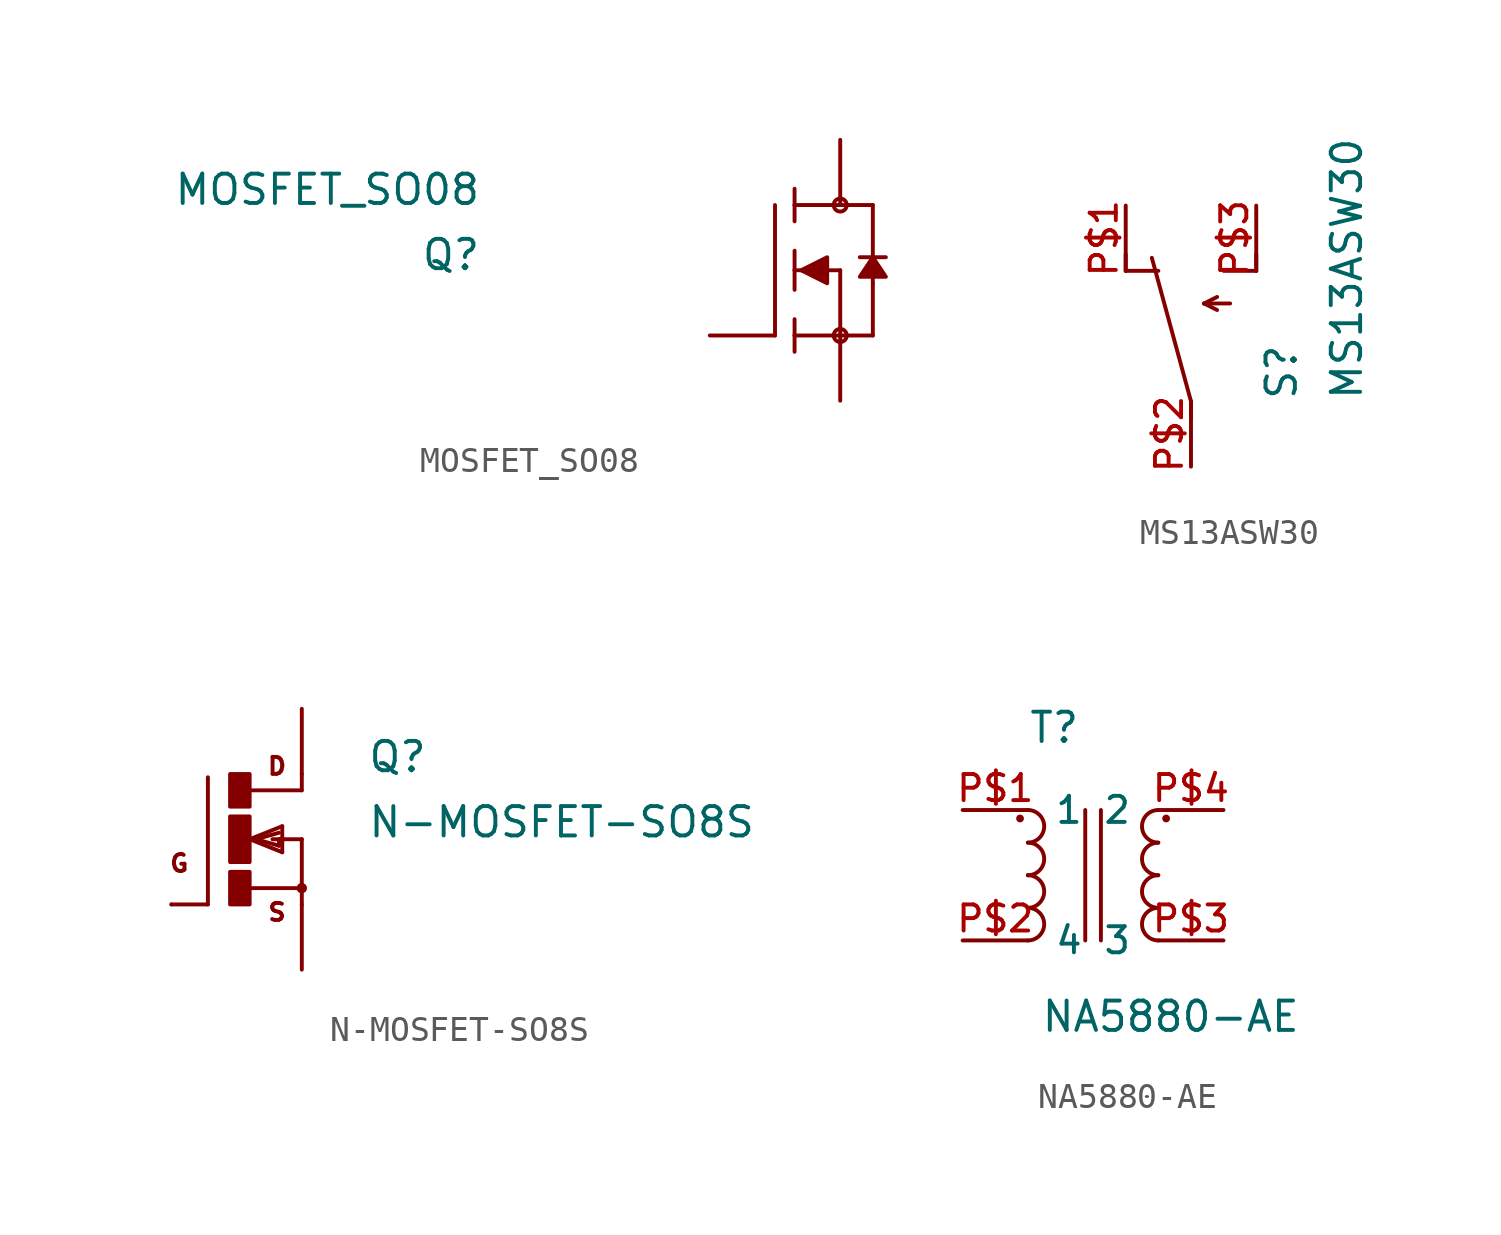
<source format=kicad_sym>
(kicad_symbol_lib
  (version 20241209)
  (generator "kicad_symbol_editor")
  (generator_version "9.0")
  (symbol "MOSFET_SO08"
    (pin_numbers
      (hide yes))
    (pin_names
      (offset 1.016)
      (hide yes))
    (property "Reference" "Q"
      (at -11.43 1.27 0)
      (effects (font (size 1.143 1.143)) (justify right top)))
    (property "Value" "MOSFET_SO08"
      (at -11.43 3.81 0)
      (effects (font (size 1.143 1.143)) (justify right top)))
    (property "ki_locked" ""
      (at 0 0 0)
      (effects (font (size 1.27 1.27))))
    (symbol "MOSFET_SO08_1_0"
      (polyline (pts (xy 0 2.54) (xy 0 -2.54)) (stroke (width 0) (type solid)) (fill (type none)))
      (polyline (pts (xy 0.762 3.175) (xy 0.762 2.54)) (stroke (width 0) (type solid)) (fill (type none)))
      (polyline (pts (xy 0.762 2.54) (xy 0.762 1.905)) (stroke (width 0) (type solid)) (fill (type none)))
      (polyline (pts (xy 0.762 2.54) (xy 3.81 2.54)) (stroke (width 0) (type solid)) (fill (type none)))
      (polyline (pts (xy 0.762 0.762) (xy 0.762 0)) (stroke (width 0) (type solid)) (fill (type none)))
      (polyline (pts (xy 0.762 0) (xy 0.762 -0.762)) (stroke (width 0) (type solid)) (fill (type none)))
      (polyline (pts (xy 0.762 0) (xy 2.54 0)) (stroke (width 0) (type solid)) (fill (type none)))
      (polyline (pts (xy 0.762 -1.905) (xy 0.762 -2.54)) (stroke (width 0) (type solid)) (fill (type none)))
      (polyline (pts (xy 0.762 -2.54) (xy 0.762 -3.175)) (stroke (width 0) (type solid)) (fill (type none)))
      (polyline (pts (xy 2.54 0) (xy 2.54 -2.54)) (stroke (width 0) (type solid)) (fill (type none)))
      (polyline (pts (xy 2.54 -2.54) (xy 0.762 -2.54)) (stroke (width 0) (type solid)) (fill (type none)))
      (polyline (pts (xy 2.54 -2.54) (xy 3.81 -2.54)) (stroke (width 0) (type solid)) (fill (type none)))
      (polyline (pts (xy 3.302 0.508) (xy 3.81 0.508)) (stroke (width 0) (type solid)) (fill (type none)))
      (polyline (pts (xy 3.81 2.54) (xy 3.81 0.508)) (stroke (width 0) (type solid)) (fill (type none)))
      (polyline (pts (xy 3.81 0.508) (xy 3.81 -0.508)) (stroke (width 0) (type solid)) (fill (type none)))
      (polyline (pts (xy 3.81 0.508) (xy 4.318 0.508)) (stroke (width 0) (type solid)) (fill (type none)))
      (polyline (pts (xy 3.81 -0.508) (xy 3.81 -2.54)) (stroke (width 0) (type solid)) (fill (type none))))
    (symbol "MOSFET_SO08_1_1"
      (polyline (pts (xy 1.016 0) (xy 2.032 0.508) (xy 2.032 0.508) (xy 2.032 -0.508) (xy 2.032 -0.508) (xy 1.016 0)) (stroke (width 0) (type solid)) (fill (type outline)))
      (circle (center 2.54 2.54) (radius 0.254) (stroke (width 0) (type solid)) (fill (type none)))
      (circle (center 2.54 -2.54) (radius 0.254) (stroke (width 0) (type solid)) (fill (type none)))
      (polyline (pts (xy 3.81 0.508) (xy 3.302 -0.254) (xy 3.302 -0.254) (xy 4.318 -0.254) (xy 4.318 -0.254) (xy 3.81 0.508)) (stroke (width 0) (type solid)) (fill (type outline)))
      (pin passive line (at -2.54 -2.54 0) (length 2.54) (name "G" (effects (font (size 1.016 1.016)))) (number "4" (effects (font (size 1.016 1.016)))))
      (pin passive line (at 2.54 5.08 270) (length 2.54) (name "D" (effects (font (size 1.016 1.016)))) (number "5" (effects (font (size 1.016 1.016)))))
      (pin passive line (at 2.54 5.08 270) (length 2.54) (hide yes) (name "D" (effects (font (size 1.016 1.016)))) (number "6" (effects (font (size 1.016 1.016)))))
      (pin passive line (at 2.54 5.08 270) (length 2.54) (hide yes) (name "D" (effects (font (size 1.016 1.016)))) (number "7" (effects (font (size 1.016 1.016)))))
      (pin passive line (at 2.54 5.08 270) (length 2.54) (hide yes) (name "D" (effects (font (size 1.016 1.016)))) (number "8" (effects (font (size 1.016 1.016)))))
      (pin passive line (at 2.54 -5.08 90) (length 2.54) (name "S" (effects (font (size 1.016 1.016)))) (number "1" (effects (font (size 1.016 1.016)))))
      (pin passive line (at 2.54 -5.08 90) (length 2.54) (hide yes) (name "S" (effects (font (size 1.016 1.016)))) (number "2" (effects (font (size 1.016 1.016)))))
      (pin passive line (at 2.54 -5.08 90) (length 2.54) (hide yes) (name "S" (effects (font (size 1.016 1.016)))) (number "3" (effects (font (size 1.016 1.016)))))))
  (symbol "MS13ASW30"
    (pin_names
      (offset 1.016)
      (hide yes))
    (property "Reference" "S"
      (at 4.191 -2.54 90)
      (effects (font (size 1.143 1.143)) (justify left bottom)))
    (property "Value" "MS13ASW30"
      (at 6.731 -2.54 90)
      (effects (font (size 1.143 1.143)) (justify left bottom)))
    (property "ki_locked" ""
      (at 0 0 0)
      (effects (font (size 1.27 1.27))))
    (symbol "MS13ASW30_1_0"
      (polyline (pts (xy -2.54 2.54) (xy -2.54 3.175)) (stroke (width 0) (type solid)) (fill (type none)))
      (polyline (pts (xy -2.54 2.54) (xy -1.27 2.54)) (stroke (width 0) (type solid)) (fill (type none)))
      (polyline (pts (xy 0 -2.54) (xy -1.524 3.048)) (stroke (width 0) (type solid)) (fill (type none)))
      (polyline (pts (xy 0 -3.175) (xy 0 -2.54)) (stroke (width 0) (type solid)) (fill (type none)))
      (polyline (pts (xy 0.508 1.27) (xy 1.016 1.524)) (stroke (width 0) (type solid)) (fill (type none)))
      (polyline (pts (xy 0.508 1.27) (xy 1.016 1.016)) (stroke (width 0) (type solid)) (fill (type none)))
      (polyline (pts (xy 0.508 1.27) (xy 1.524 1.27)) (stroke (width 0) (type solid)) (fill (type none)))
      (polyline (pts (xy 1.27 2.54) (xy 2.54 2.54)) (stroke (width 0) (type solid)) (fill (type none)))
      (polyline (pts (xy 2.54 2.54) (xy 2.54 3.175)) (stroke (width 0) (type solid)) (fill (type none))))
    (symbol "MS13ASW30_1_1"
      (pin passive line (at -2.54 5.08 270) (length 2.54) (name "O" (effects (font (size 1.016 1.016)))) (number "P$1" (effects (font (size 1.016 1.016)))))
      (pin passive line (at 0 -5.08 90) (length 2.54) (name "P" (effects (font (size 1.016 1.016)))) (number "P$2" (effects (font (size 1.016 1.016)))))
      (pin passive line (at 2.54 5.08 270) (length 2.54) (name "S" (effects (font (size 1.016 1.016)))) (number "P$3" (effects (font (size 1.016 1.016)))))))
  (symbol "N-MOSFET-SO8S"
    (pin_numbers
      (hide yes))
    (pin_names
      (offset 1.016)
      (hide yes))
    (property "Reference" "Q"
      (at 5.08 2.54 0)
      (effects (font (size 1.143 1.143)) (justify left bottom)))
    (property "Value" "N-MOSFET-SO8S"
      (at 5.08 0 0)
      (effects (font (size 1.143 1.143)) (justify left bottom)))
    (property "ki_locked" ""
      (at 0 0 0)
      (effects (font (size 1.27 1.27))))
    (symbol "N-MOSFET-SO8S_1_0"
      (polyline (pts (xy -1.118 2.413) (xy -1.118 -2.54)) (stroke (width 0) (type solid)) (fill (type none)))
      (polyline (pts (xy -1.118 -2.54) (xy -2.54 -2.54)) (stroke (width 0) (type solid)) (fill (type none)))
      (polyline (pts (xy 0.508 0) (xy 1.778 -0.508)) (stroke (width 0) (type solid)) (fill (type none)))
      (polyline (pts (xy 0.508 -1.905) (xy 2.54 -1.905)) (stroke (width 0) (type solid)) (fill (type none)))
      (polyline (pts (xy 0.762 0) (xy 1.651 -0.254)) (stroke (width 0) (type solid)) (fill (type none)))
      (polyline (pts (xy 1.651 0.254) (xy 0.762 0)) (stroke (width 0) (type solid)) (fill (type none)))
      (polyline (pts (xy 1.651 0) (xy 1.397 0)) (stroke (width 0) (type solid)) (fill (type none)))
      (polyline (pts (xy 1.651 0) (xy 2.54 0)) (stroke (width 0) (type solid)) (fill (type none)))
      (polyline (pts (xy 1.651 -0.254) (xy 1.651 0)) (stroke (width 0) (type solid)) (fill (type none)))
      (polyline (pts (xy 1.778 0.508) (xy 0.508 0)) (stroke (width 0) (type solid)) (fill (type none)))
      (polyline (pts (xy 1.778 -0.508) (xy 1.778 0.508)) (stroke (width 0) (type solid)) (fill (type none)))
      (polyline (pts (xy 2.54 2.54) (xy 2.54 1.905)) (stroke (width 0) (type solid)) (fill (type none)))
      (polyline (pts (xy 2.54 1.905) (xy 0.533 1.905)) (stroke (width 0) (type solid)) (fill (type none)))
      (polyline (pts (xy 2.54 0) (xy 2.54 -1.905)) (stroke (width 0) (type solid)) (fill (type none)))
      (polyline (pts (xy 2.54 -1.905) (xy 2.54 -2.54)) (stroke (width 0) (type solid)) (fill (type none)))
      (text "G" (at -2.235 -0.94 0) (effects (font (size 0.66 0.66))))
      (text "D" (at 1.575 2.845 0) (effects (font (size 0.66 0.66))))
      (text "S" (at 1.575 -2.845 0) (effects (font (size 0.66 0.66)))))
    (symbol "N-MOSFET-SO8S_1_1"
      (rectangle (start -0.254 1.27) (end 0.508 2.54) (stroke (width 0) (type solid)) (fill (type outline)))
      (rectangle (start -0.254 -0.889) (end 0.508 0.889) (stroke (width 0) (type solid)) (fill (type outline)))
      (rectangle (start -0.254 -2.54) (end 0.508 -1.27) (stroke (width 0) (type solid)) (fill (type outline)))
      (circle (center 2.54 -1.905) (radius 0.127) (stroke (width 0) (type solid)) (fill (type outline)))
      (pin passive line (at -2.54 -2.54 0) (length 0) (name "G" (effects (font (size 1.016 1.016)))) (number "4" (effects (font (size 1.016 1.016)))))
      (pin passive line (at 2.54 5.08 270) (length 2.54) (name "D" (effects (font (size 1.016 1.016)))) (number "5" (effects (font (size 1.016 1.016)))))
      (pin passive line (at 2.54 5.08 270) (length 2.54) (hide yes) (name "D" (effects (font (size 1.016 1.016)))) (number "6" (effects (font (size 1.016 1.016)))))
      (pin passive line (at 2.54 5.08 270) (length 2.54) (hide yes) (name "D" (effects (font (size 1.016 1.016)))) (number "7" (effects (font (size 1.016 1.016)))))
      (pin passive line (at 2.54 5.08 270) (length 2.54) (hide yes) (name "D" (effects (font (size 1.016 1.016)))) (number "8" (effects (font (size 1.016 1.016)))))
      (pin passive line (at 2.54 -5.08 90) (length 2.54) (name "S" (effects (font (size 1.016 1.016)))) (number "1" (effects (font (size 1.016 1.016)))))
      (pin passive line (at 2.54 -5.08 90) (length 2.54) (hide yes) (name "S" (effects (font (size 1.016 1.016)))) (number "2" (effects (font (size 1.016 1.016)))))
      (pin passive line (at 2.54 -5.08 90) (length 2.54) (hide yes) (name "S" (effects (font (size 1.016 1.016)))) (number "3" (effects (font (size 1.016 1.016)))))))
  (symbol "NA5880-AE"
    (pin_names
      (offset 1.016))
    (property "Reference" "T"
      (at -2.54 5.08 0)
      (effects (font (size 1.143 1.143)) (justify left bottom)))
    (property "Value" "NA5880-AE"
      (at -2.057 -6.172 0)
      (effects (font (size 1.143 1.143)) (justify left bottom)))
    (property "ki_locked" ""
      (at 0 0 0)
      (effects (font (size 1.27 1.27))))
    (symbol "NA5880-AE_1_0"
      (polyline (pts (xy -0.305 2.54) (xy -0.305 -2.54)) (stroke (width 0) (type solid)) (fill (type none)))
      (polyline (pts (xy 0.305 2.54) (xy 0.305 -2.54)) (stroke (width 0) (type solid)) (fill (type none))))
    (symbol "NA5880-AE_1_1"
      (circle (center -2.845 2.21) (radius 0.076) (stroke (width 0) (type solid)) (fill (type outline)))
      (arc (start -2.54 2.54) (mid -1.905 1.905) (end -2.54 1.27) (stroke (width 0) (type solid)) (fill (type none)))
      (arc (start -2.54 1.27) (mid -1.905 0.635) (end -2.54 0) (stroke (width 0) (type solid)) (fill (type none)))
      (arc (start -2.54 0) (mid -1.905 -0.635) (end -2.54 -1.27) (stroke (width 0) (type solid)) (fill (type none)))
      (arc (start -2.54 -1.27) (mid -1.905 -1.905) (end -2.54 -2.54) (stroke (width 0) (type solid)) (fill (type none)))
      (arc (start 2.54 1.27) (mid 1.905 1.905) (end 2.54 2.54) (stroke (width 0) (type solid)) (fill (type none)))
      (arc (start 2.54 0) (mid 1.905 0.635) (end 2.54 1.27) (stroke (width 0) (type solid)) (fill (type none)))
      (arc (start 2.54 -1.27) (mid 1.905 -0.635) (end 2.54 0) (stroke (width 0) (type solid)) (fill (type none)))
      (arc (start 2.54 -2.54) (mid 1.905 -1.905) (end 2.54 -1.27) (stroke (width 0) (type solid)) (fill (type none)))
      (circle (center 2.845 2.21) (radius 0.076) (stroke (width 0) (type solid)) (fill (type outline)))
      (pin passive line (at -5.08 2.54 0) (length 2.54) (name "1" (effects (font (size 1.016 1.016)))) (number "P$1" (effects (font (size 1.016 1.016)))))
      (pin passive line (at -5.08 -2.54 0) (length 2.54) (name "4" (effects (font (size 1.016 1.016)))) (number "P$2" (effects (font (size 1.016 1.016)))))
      (pin passive line (at 5.08 2.54 180) (length 2.54) (name "2" (effects (font (size 1.016 1.016)))) (number "P$4" (effects (font (size 1.016 1.016)))))
      (pin passive line (at 5.08 -2.54 180) (length 2.54) (name "3" (effects (font (size 1.016 1.016)))) (number "P$3" (effects (font (size 1.016 1.016))))))))
</source>
